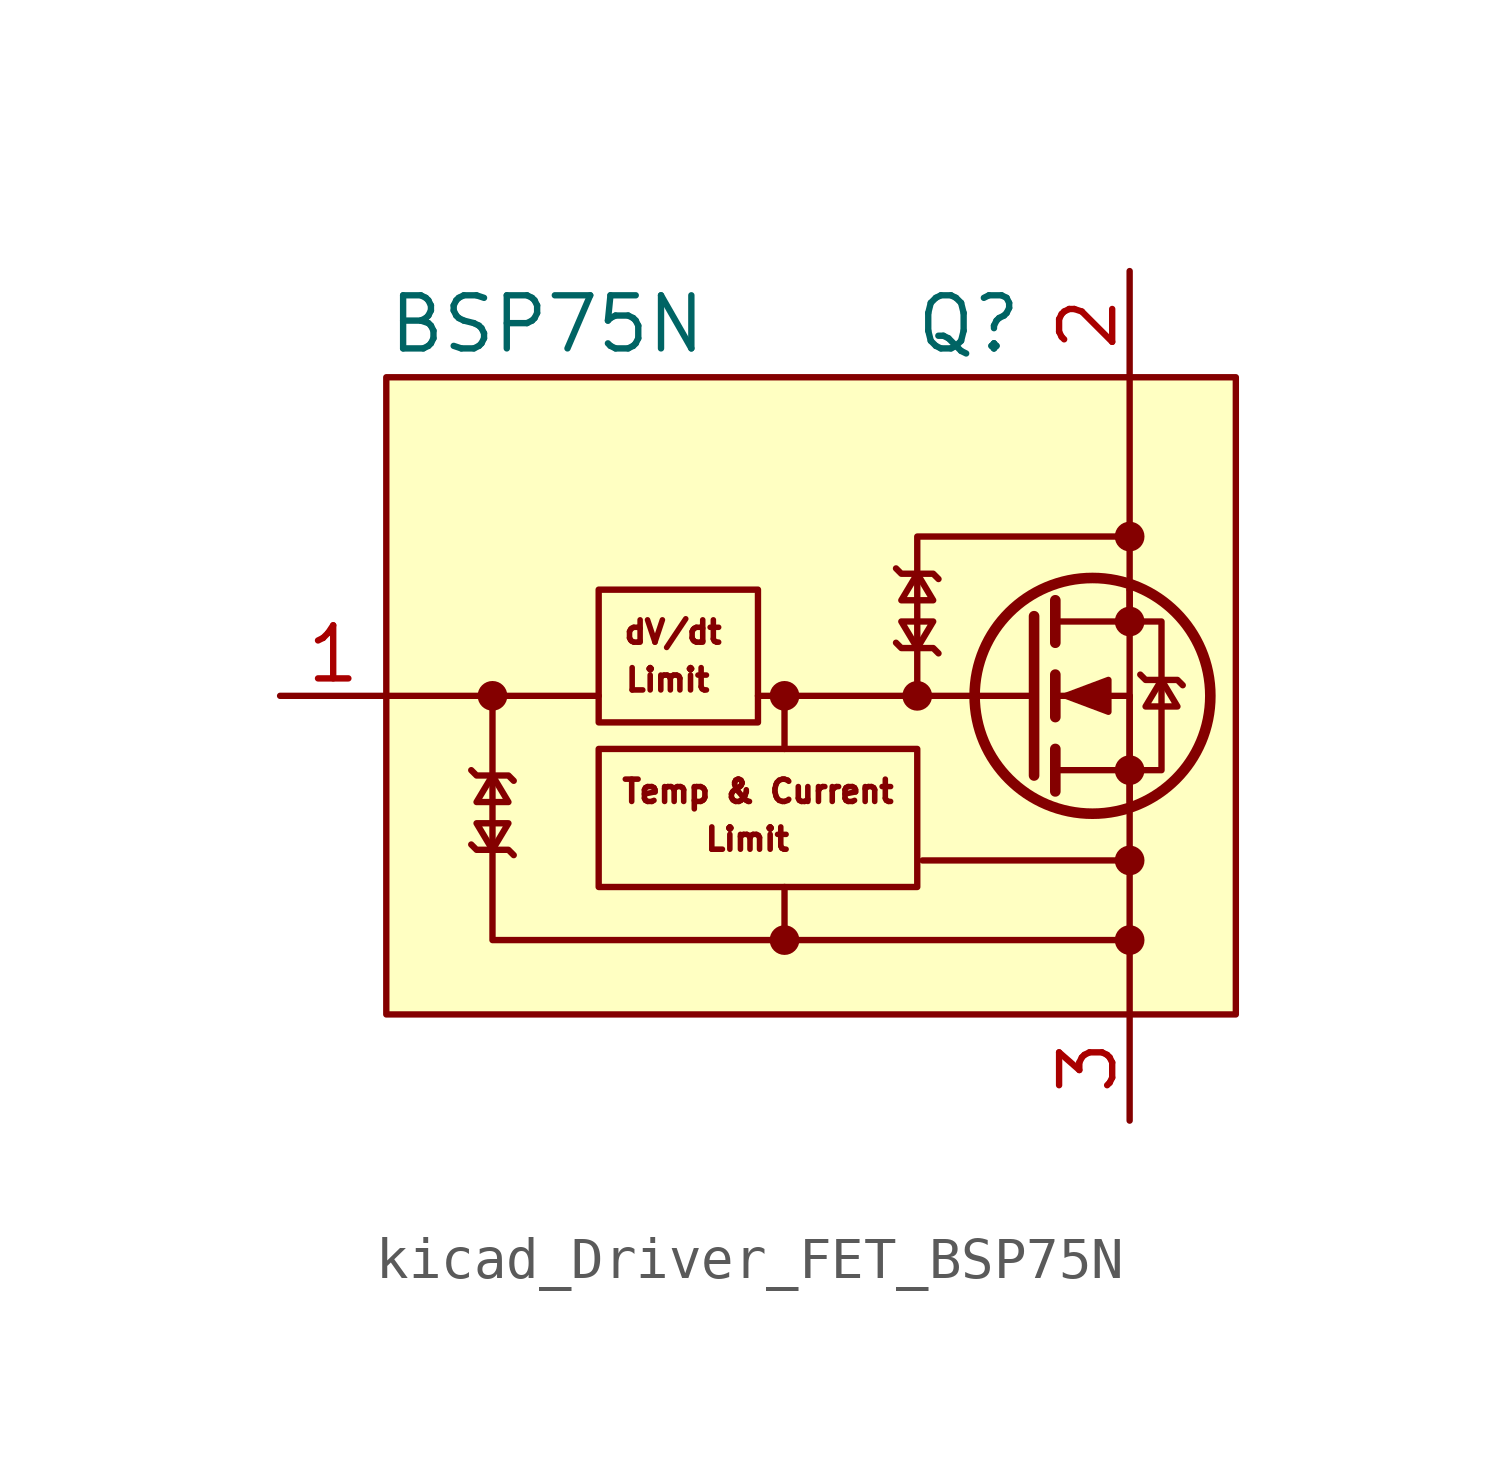
<source format=kicad_sym>
(kicad_symbol_lib
  (version 20220914)
  (generator kicad_symbol_editor)
  (symbol "kicad_Driver_FET_BSP75N"
    (pin_names
      (offset 0) hide)
    (property "Reference" "Q"
      (at 5.08 8.89 0)
      (effects (font (size 1.27 1.27)) (justify right)))
    (property "Value" "BSP75N"
      (at -10.16 8.89 0)
      (effects (font (size 1.27 1.27)) (justify left)))
    (symbol "kicad_Driver_FET_BSP75N_0_0"
      (rectangle (start -10.16 7.62) (end 10.16 -7.62) (stroke (width 0) (type default)) (fill (type background)))
      (polyline (pts (xy 7.62 2.54) (xy 7.62 -7.62)) (stroke (width 0) (type default)) (fill (type none)))
      (polyline (pts (xy 7.62 2.54) (xy 7.62 7.62)) (stroke (width 0) (type default)) (fill (type none)))
      (polyline (pts (xy -0.635 -1.27) (xy -0.635 -0.635) (xy -0.635 0)) (stroke (width 0) (type default)) (fill (type none)))
      (polyline (pts (xy 2.54 0) (xy 2.54 3.81) (xy 7.62 3.81)) (stroke (width 0) (type default)) (fill (type none)))
      (polyline (pts (xy 7.62 -5.842) (xy -0.635 -5.842) (xy -0.635 -4.572)) (stroke (width 0) (type default)) (fill (type none)))
      (polyline (pts (xy -0.635 -5.842) (xy -7.62 -5.842) (xy -7.62 0) (xy -5.08 0)) (stroke (width 0) (type default)) (fill (type none)))
      (text "Limit" (at -1.524 -3.429 0) (effects (font (size 0.533 0.533))))
      (text "Temp & Current" (at -1.27 -2.286 0) (effects (font (size 0.533 0.533)))))
    (symbol "kicad_Driver_FET_BSP75N_0_1"
      (rectangle (start -5.08 -1.27) (end 2.54 -4.572) (stroke (width 0) (type default)) (fill (type none)))
      (polyline (pts (xy -7.62 0) (xy -10.16 0)) (stroke (width 0) (type default)) (fill (type none)))
      (polyline (pts (xy 7.62 -3.937) (xy 2.667 -3.937)) (stroke (width 0) (type default)) (fill (type none))))
    (symbol "kicad_Driver_FET_BSP75N_1_1"
      (circle (center -7.62 0) (radius 0.279) (stroke (width 0) (type default)) (fill (type outline)))
      (rectangle (start -5.08 2.54) (end -1.27 -0.635) (stroke (width 0) (type default)) (fill (type none)))
      (circle (center -0.635 -5.842) (radius 0.279) (stroke (width 0) (type default)) (fill (type outline)))
      (circle (center -0.635 0) (radius 0.279) (stroke (width 0) (type default)) (fill (type outline)))
      (polyline (pts (xy 2.54 0) (xy -1.27 0)) (stroke (width 0) (type default)) (fill (type none)))
      (polyline (pts (xy 2.54 0) (xy 5.334 0)) (stroke (width 0) (type default)) (fill (type none)))
      (polyline (pts (xy 5.842 -1.778) (xy 7.62 -1.778)) (stroke (width 0) (type default)) (fill (type none)))
      (polyline (pts (xy 5.842 -1.27) (xy 5.842 -2.286)) (stroke (width 0.254) (type default)) (fill (type none)))
      (polyline (pts (xy 5.842 0) (xy 7.62 0)) (stroke (width 0) (type default)) (fill (type none)))
      (polyline (pts (xy 5.842 0.508) (xy 5.842 -0.508)) (stroke (width 0.254) (type default)) (fill (type none)))
      (polyline (pts (xy 5.842 1.778) (xy 7.62 1.778)) (stroke (width 0) (type default)) (fill (type none)))
      (polyline (pts (xy 5.842 2.286) (xy 5.842 1.27)) (stroke (width 0.254) (type default)) (fill (type none)))
      (polyline (pts (xy 7.62 -1.778) (xy 7.62 -2.54)) (stroke (width 0) (type default)) (fill (type none)))
      (polyline (pts (xy 7.62 -1.778) (xy 7.62 0)) (stroke (width 0) (type default)) (fill (type none)))
      (polyline (pts (xy 7.62 2.54) (xy 7.62 1.778)) (stroke (width 0) (type default)) (fill (type none)))
      (polyline (pts (xy 5.334 1.905) (xy 5.334 -1.905) (xy 5.334 -1.905)) (stroke (width 0.254) (type default)) (fill (type none)))
      (polyline (pts (xy -8.128 -1.778) (xy -8.001 -1.905) (xy -7.239 -1.905) (xy -7.112 -2.032)) (stroke (width 0) (type default)) (fill (type none)))
      (polyline (pts (xy -7.62 -3.683) (xy -7.239 -3.048) (xy -8.001 -3.048) (xy -7.62 -3.683)) (stroke (width 0) (type default)) (fill (type none)))
      (polyline (pts (xy -7.62 -1.905) (xy -8.001 -2.54) (xy -7.239 -2.54) (xy -7.62 -1.905)) (stroke (width 0) (type default)) (fill (type none)))
      (polyline (pts (xy -7.112 -3.81) (xy -7.239 -3.683) (xy -8.001 -3.683) (xy -8.128 -3.556)) (stroke (width 0) (type default)) (fill (type none)))
      (polyline (pts (xy 2.032 3.048) (xy 2.159 2.921) (xy 2.921 2.921) (xy 3.048 2.794)) (stroke (width 0) (type default)) (fill (type none)))
      (polyline (pts (xy 2.54 1.143) (xy 2.921 1.778) (xy 2.159 1.778) (xy 2.54 1.143)) (stroke (width 0) (type default)) (fill (type none)))
      (polyline (pts (xy 2.54 2.921) (xy 2.159 2.286) (xy 2.921 2.286) (xy 2.54 2.921)) (stroke (width 0) (type default)) (fill (type none)))
      (polyline (pts (xy 3.048 1.016) (xy 2.921 1.143) (xy 2.159 1.143) (xy 2.032 1.27)) (stroke (width 0) (type default)) (fill (type none)))
      (polyline (pts (xy 6.096 0) (xy 7.112 0.381) (xy 7.112 -0.381) (xy 6.096 0)) (stroke (width 0) (type default)) (fill (type outline)))
      (polyline (pts (xy 7.62 -1.778) (xy 8.382 -1.778) (xy 8.382 1.778) (xy 7.62 1.778)) (stroke (width 0) (type default)) (fill (type none)))
      (polyline (pts (xy 7.874 0.508) (xy 8.001 0.381) (xy 8.763 0.381) (xy 8.89 0.254)) (stroke (width 0) (type default)) (fill (type none)))
      (polyline (pts (xy 8.382 0.381) (xy 8.001 -0.254) (xy 8.763 -0.254) (xy 8.382 0.381)) (stroke (width 0) (type default)) (fill (type none)))
      (circle (center 2.54 0) (radius 0.279) (stroke (width 0) (type default)) (fill (type outline)))
      (circle (center 6.731 0) (radius 2.819) (stroke (width 0.254) (type default)) (fill (type none)))
      (circle (center 7.62 -5.842) (radius 0.279) (stroke (width 0) (type default)) (fill (type outline)))
      (circle (center 7.62 -3.937) (radius 0.279) (stroke (width 0) (type default)) (fill (type outline)))
      (circle (center 7.62 -1.778) (radius 0.279) (stroke (width 0) (type default)) (fill (type outline)))
      (circle (center 7.62 1.778) (radius 0.279) (stroke (width 0) (type default)) (fill (type outline)))
      (circle (center 7.62 3.81) (radius 0.279) (stroke (width 0) (type default)) (fill (type outline)))
      (text "dV/dt" (at -3.302 1.524 0) (effects (font (size 0.533 0.533))))
      (text "Limit" (at -3.429 0.381 0) (effects (font (size 0.533 0.533))))
      (pin input line (at -12.7 0 0) (length 2.54) (name "G" (effects (font (size 1.27 1.27)))) (number "1" (effects (font (size 1.27 1.27)))))
      (pin passive line (at 7.62 10.16 270) (length 2.54) (name "D" (effects (font (size 1.27 1.27)))) (number "2" (effects (font (size 1.27 1.27)))))
      (pin passive line (at 7.62 -10.16 90) (length 2.54) (name "S" (effects (font (size 1.27 1.27)))) (number "3" (effects (font (size 1.27 1.27)))))
      (pin passive line (at 7.62 -10.16 90) (length 2.54) hide (name "S" (effects (font (size 1.27 1.27)))) (number "4" (effects (font (size 1.27 1.27))))))))
</source>
